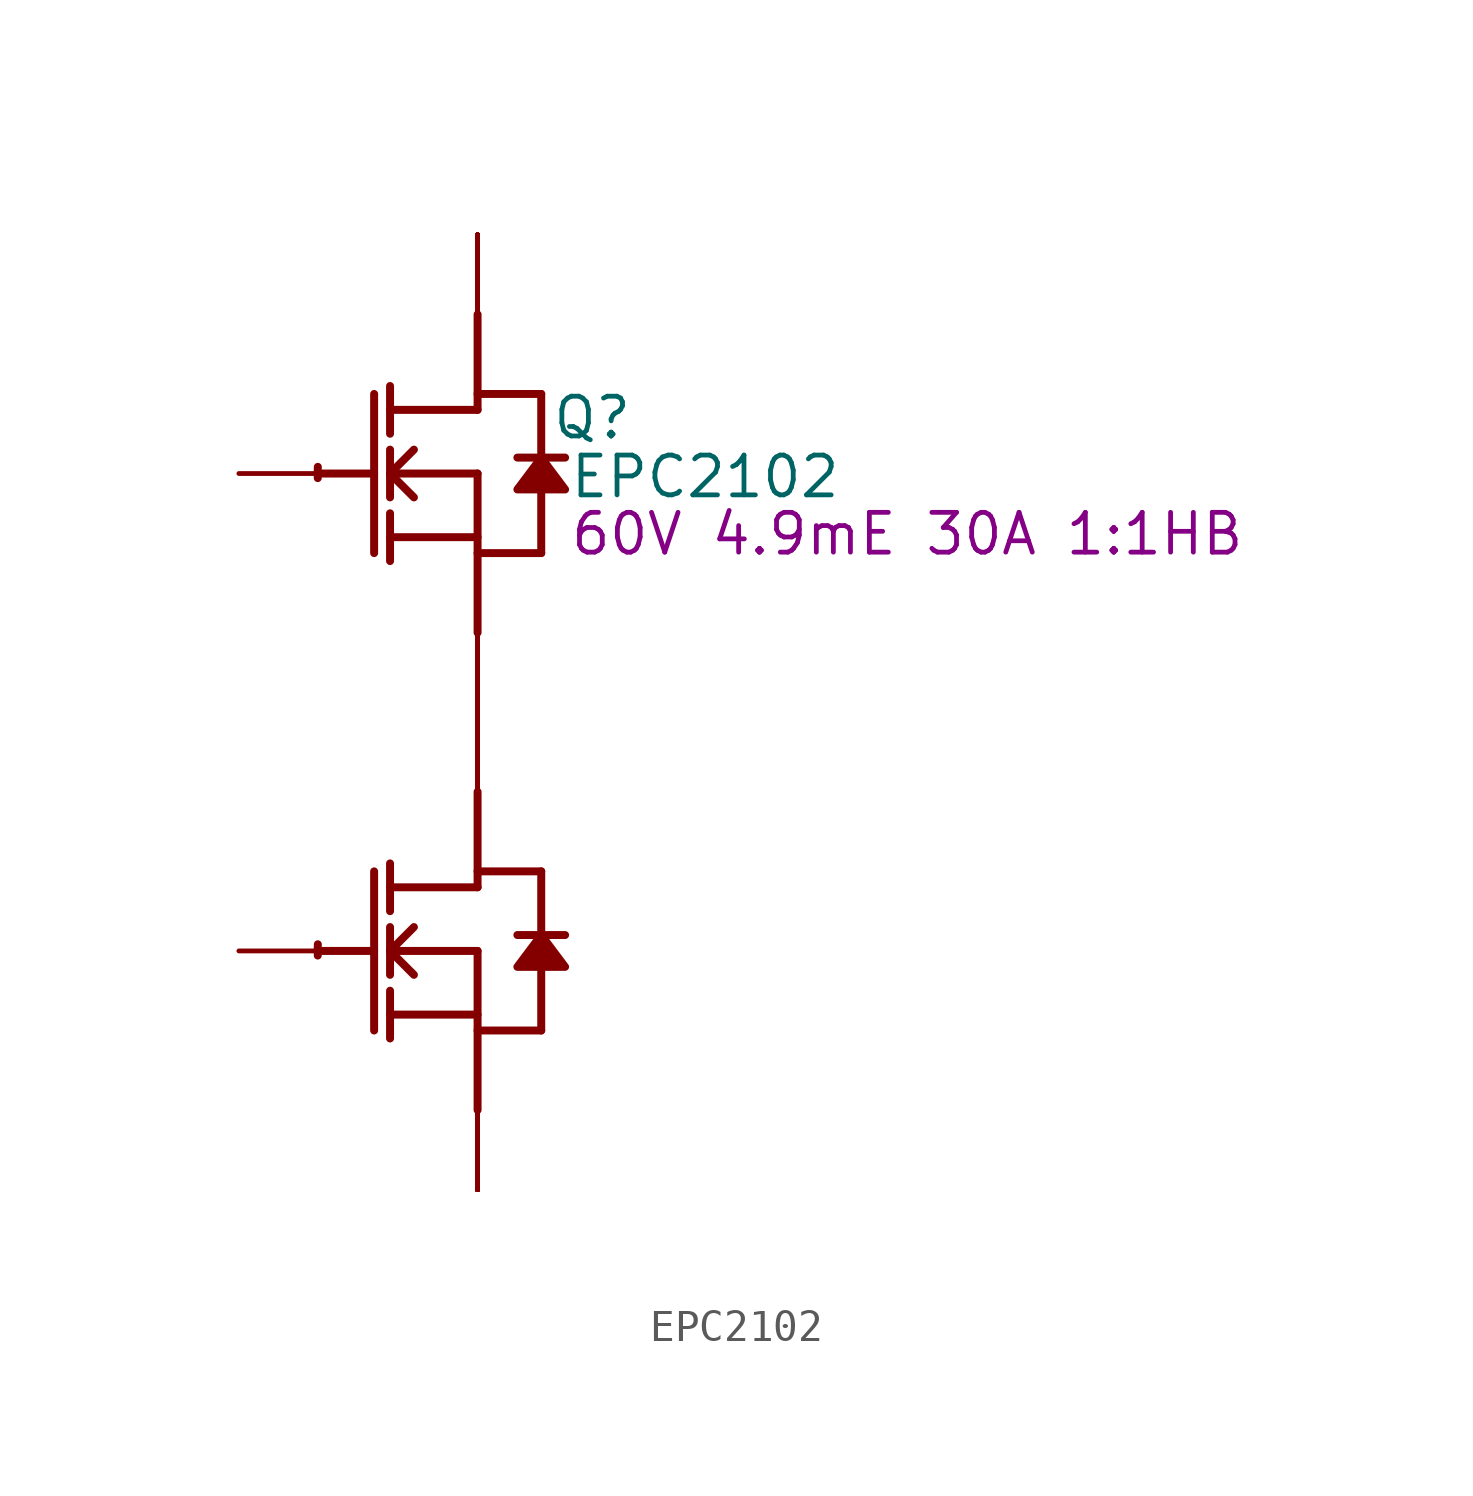
<source format=kicad_sym>
(kicad_symbol_lib
  (version 20220914)
  (generator kicad_symbol_editor)
  (symbol "EPC2102"
    (property "Reference" "Q"
      (at 3.658 1.778 0)
      (effects (font (size 1.27 1.27))))
    (property "Value" "EPC2102"
      (at 7.264 -0.102 0)
      (effects (font (size 1.27 1.27))))
    (property "Description" "60V 4.9mE 30A 1:1HB"
      (at 13.716 -1.93 0)
      (effects (font (size 1.27 1.27))))
    (symbol "EPC2102_1_0"
      (arc (start -5.0996 -15.0272) (mid -5.1039 -15.2069) (end -5.1019 -15.3867) (stroke (width 0.254) (type solid)) (fill (type none)))
      (arc (start -5.0996 0.2128) (mid -5.1039 0.0331) (end -5.1019 -0.1467) (stroke (width 0.254) (type solid)) (fill (type none)))
      (polyline (pts (xy -5.08 -15.24) (xy -3.302 -15.24)) (stroke (width 0.254) (type solid)) (fill (type none)))
      (polyline (pts (xy -5.08 0) (xy -3.302 0)) (stroke (width 0.254) (type solid)) (fill (type none)))
      (polyline (pts (xy -3.302 -12.7) (xy -3.302 -17.78)) (stroke (width 0.254) (type solid)) (fill (type none)))
      (polyline (pts (xy -3.302 2.54) (xy -3.302 -2.54)) (stroke (width 0.254) (type solid)) (fill (type none)))
      (polyline (pts (xy -2.794 -18.034) (xy -2.794 -16.51)) (stroke (width 0.254) (type solid)) (fill (type none)))
      (polyline (pts (xy -2.794 -17.272) (xy 0 -17.272)) (stroke (width 0.254) (type solid)) (fill (type none)))
      (polyline (pts (xy -2.794 -16.002) (xy -2.794 -14.478)) (stroke (width 0.254) (type solid)) (fill (type none)))
      (polyline (pts (xy -2.794 -15.24) (xy -2.032 -14.478)) (stroke (width 0.254) (type solid)) (fill (type none)))
      (polyline (pts (xy -2.794 -15.24) (xy 0 -15.24)) (stroke (width 0.254) (type solid)) (fill (type none)))
      (polyline (pts (xy -2.794 -13.97) (xy -2.794 -12.446)) (stroke (width 0.254) (type solid)) (fill (type none)))
      (polyline (pts (xy -2.794 -2.794) (xy -2.794 -1.27)) (stroke (width 0.254) (type solid)) (fill (type none)))
      (polyline (pts (xy -2.794 -2.032) (xy 0 -2.032)) (stroke (width 0.254) (type solid)) (fill (type none)))
      (polyline (pts (xy -2.794 -0.762) (xy -2.794 0.762)) (stroke (width 0.254) (type solid)) (fill (type none)))
      (polyline (pts (xy -2.794 0) (xy -2.032 0.762)) (stroke (width 0.254) (type solid)) (fill (type none)))
      (polyline (pts (xy -2.794 0) (xy 0 0)) (stroke (width 0.254) (type solid)) (fill (type none)))
      (polyline (pts (xy -2.794 1.27) (xy -2.794 2.794)) (stroke (width 0.254) (type solid)) (fill (type none)))
      (polyline (pts (xy -2.032 -16.002) (xy -2.794 -15.24)) (stroke (width 0.254) (type solid)) (fill (type none)))
      (polyline (pts (xy -2.032 -0.762) (xy -2.794 0)) (stroke (width 0.254) (type solid)) (fill (type none)))
      (polyline (pts (xy 0 -17.78) (xy 2.032 -17.78)) (stroke (width 0.254) (type solid)) (fill (type none)))
      (polyline (pts (xy 0 -15.24) (xy 0 -20.32)) (stroke (width 0.254) (type solid)) (fill (type none)))
      (polyline (pts (xy 0 -13.208) (xy -2.794 -13.208)) (stroke (width 0.254) (type solid)) (fill (type none)))
      (polyline (pts (xy 0 -13.208) (xy 0 -10.16)) (stroke (width 0.254) (type solid)) (fill (type none)))
      (polyline (pts (xy 0 -12.7) (xy 2.032 -12.7)) (stroke (width 0.254) (type solid)) (fill (type none)))
      (polyline (pts (xy 0 -2.54) (xy 2.032 -2.54)) (stroke (width 0.254) (type solid)) (fill (type none)))
      (polyline (pts (xy 0 0) (xy 0 -5.08)) (stroke (width 0.254) (type solid)) (fill (type none)))
      (polyline (pts (xy 0 2.032) (xy -2.794 2.032)) (stroke (width 0.254) (type solid)) (fill (type none)))
      (polyline (pts (xy 0 2.032) (xy 0 5.08)) (stroke (width 0.254) (type solid)) (fill (type none)))
      (polyline (pts (xy 0 2.54) (xy 2.032 2.54)) (stroke (width 0.254) (type solid)) (fill (type none)))
      (polyline (pts (xy 2.032 -15.748) (xy 2.032 -17.78)) (stroke (width 0.254) (type solid)) (fill (type none)))
      (polyline (pts (xy 2.032 -12.7) (xy 2.032 -14.732)) (stroke (width 0.254) (type solid)) (fill (type none)))
      (polyline (pts (xy 2.032 -0.508) (xy 2.032 -2.54)) (stroke (width 0.254) (type solid)) (fill (type none)))
      (polyline (pts (xy 2.032 2.54) (xy 2.032 0.508)) (stroke (width 0.254) (type solid)) (fill (type none)))
      (polyline (pts (xy 2.794 -14.732) (xy 1.27 -14.732)) (stroke (width 0.254) (type solid)) (fill (type none)))
      (polyline (pts (xy 2.794 0.508) (xy 1.27 0.508)) (stroke (width 0.254) (type solid)) (fill (type none)))
      (polyline (pts (xy 2.032 -14.732) (xy 1.27 -15.748) (xy 2.794 -15.748) (xy 2.032 -14.732)) (stroke (width 0.254) (type solid)) (fill (type outline)))
      (polyline (pts (xy 2.032 0.508) (xy 1.27 -0.508) (xy 2.794 -0.508) (xy 2.032 0.508)) (stroke (width 0.254) (type solid)) (fill (type outline)))
      (pin open_collector line (at 0 7.62 270) (length 2.54) (name "D1" (effects (font (size 0 0)))) (number "1" (effects (font (size 0 0)))))
      (pin open_collector line (at 0 -7.62 270) (length 2.54) (name "D2" (effects (font (size 0 0)))) (number "10" (effects (font (size 0 0)))))
      (pin open_collector line (at 0 7.62 270) (length 2.54) (name "D1" (effects (font (size 0 0)))) (number "11" (effects (font (size 0 0)))))
      (pin open_emitter line (at 0 7.62 270) (length 2.54) (name "D1" (effects (font (size 0 0)))) (number "12" (effects (font (size 0 0)))))
      (pin open_emitter line (at 0 7.62 270) (length 2.54) (name "D1" (effects (font (size 0 0)))) (number "13" (effects (font (size 0 0)))))
      (pin open_emitter line (at 0 -22.86 90) (length 2.54) (name "S2" (effects (font (size 0 0)))) (number "14" (effects (font (size 0 0)))))
      (pin open_emitter line (at 0 -22.86 90) (length 2.54) (name "S2" (effects (font (size 0 0)))) (number "15" (effects (font (size 0 0)))))
      (pin open_emitter line (at 0 -7.62 90) (length 2.54) (name "S1" (effects (font (size 0 0)))) (number "16" (effects (font (size 0 0)))))
      (pin open_collector line (at 0 -7.62 90) (length 2.54) (name "S1" (effects (font (size 0 0)))) (number "17" (effects (font (size 0 0)))))
      (pin open_collector line (at 0 -7.62 90) (length 2.54) (name "S1" (effects (font (size 0 0)))) (number "18" (effects (font (size 0 0)))))
      (pin open_collector line (at 0 -7.62 270) (length 2.54) (name "D2" (effects (font (size 0 0)))) (number "19" (effects (font (size 0 0)))))
      (pin passive line (at -7.62 0 0) (length 2.54) (name "G1" (effects (font (size 0 0)))) (number "2" (effects (font (size 0 0)))))
      (pin open_collector line (at 0 -7.62 270) (length 2.54) (name "D2" (effects (font (size 0 0)))) (number "20" (effects (font (size 0 0)))))
      (pin open_collector line (at 0 7.62 270) (length 2.54) (name "D1" (effects (font (size 0 0)))) (number "21" (effects (font (size 0 0)))))
      (pin open_emitter line (at 0 7.62 270) (length 2.54) (name "D1" (effects (font (size 0 0)))) (number "22" (effects (font (size 0 0)))))
      (pin open_emitter line (at 0 7.62 270) (length 2.54) (name "D1" (effects (font (size 0 0)))) (number "23" (effects (font (size 0 0)))))
      (pin open_emitter line (at 0 -22.86 90) (length 2.54) (name "S2" (effects (font (size 0 0)))) (number "24" (effects (font (size 0 0)))))
      (pin open_emitter line (at 0 -22.86 90) (length 2.54) (name "S2" (effects (font (size 0 0)))) (number "25" (effects (font (size 0 0)))))
      (pin open_emitter line (at 0 -7.62 90) (length 2.54) (name "S1" (effects (font (size 0 0)))) (number "26" (effects (font (size 0 0)))))
      (pin open_collector line (at 0 -7.62 90) (length 2.54) (name "S1" (effects (font (size 0 0)))) (number "27" (effects (font (size 0 0)))))
      (pin open_collector line (at 0 -7.62 90) (length 2.54) (name "S1" (effects (font (size 0 0)))) (number "28" (effects (font (size 0 0)))))
      (pin open_collector line (at 0 -7.62 270) (length 2.54) (name "D2" (effects (font (size 0 0)))) (number "29" (effects (font (size 0 0)))))
      (pin passive line (at 0 -7.62 90) (length 2.54) (name "SG1" (effects (font (size 0 0)))) (number "3" (effects (font (size 0 0)))))
      (pin open_collector line (at 0 -7.62 270) (length 2.54) (name "D2" (effects (font (size 0 0)))) (number "30" (effects (font (size 0 0)))))
      (pin open_collector line (at 0 7.62 270) (length 2.54) (name "D1" (effects (font (size 0 0)))) (number "31" (effects (font (size 0 0)))))
      (pin open_emitter line (at 0 7.62 270) (length 2.54) (name "D1" (effects (font (size 0 0)))) (number "32" (effects (font (size 0 0)))))
      (pin open_emitter line (at 0 7.62 270) (length 2.54) (name "D1" (effects (font (size 0 0)))) (number "33" (effects (font (size 0 0)))))
      (pin open_emitter line (at 0 -22.86 90) (length 2.54) (name "S2" (effects (font (size 0 0)))) (number "34" (effects (font (size 0 0)))))
      (pin open_emitter line (at 0 -22.86 90) (length 2.54) (name "S2" (effects (font (size 0 0)))) (number "35" (effects (font (size 0 0)))))
      (pin open_emitter line (at 0 -7.62 90) (length 2.54) (name "S1" (effects (font (size 0 0)))) (number "36" (effects (font (size 0 0)))))
      (pin open_collector line (at 0 -7.62 90) (length 2.54) (name "S1" (effects (font (size 0 0)))) (number "37" (effects (font (size 0 0)))))
      (pin open_collector line (at 0 -7.62 90) (length 2.54) (name "S1" (effects (font (size 0 0)))) (number "38" (effects (font (size 0 0)))))
      (pin open_collector line (at 0 -7.62 270) (length 2.54) (name "D2" (effects (font (size 0 0)))) (number "39" (effects (font (size 0 0)))))
      (pin passive line (at -7.62 -15.24 0) (length 2.54) (name "G2" (effects (font (size 0 0)))) (number "4" (effects (font (size 0 0)))))
      (pin open_collector line (at 0 -7.62 270) (length 2.54) (name "D2" (effects (font (size 0 0)))) (number "40" (effects (font (size 0 0)))))
      (pin open_collector line (at 0 7.62 270) (length 2.54) (name "D1" (effects (font (size 0 0)))) (number "41" (effects (font (size 0 0)))))
      (pin open_emitter line (at 0 7.62 270) (length 2.54) (name "D1" (effects (font (size 0 0)))) (number "42" (effects (font (size 0 0)))))
      (pin open_emitter line (at 0 -22.86 90) (length 2.54) (name "S2" (effects (font (size 0 0)))) (number "43" (effects (font (size 0 0)))))
      (pin open_emitter line (at 0 -22.86 90) (length 2.54) (name "S2" (effects (font (size 0 0)))) (number "44" (effects (font (size 0 0)))))
      (pin open_emitter line (at 0 -22.86 90) (length 2.54) (name "S2" (effects (font (size 0 0)))) (number "45" (effects (font (size 0 0)))))
      (pin open_emitter line (at 0 -7.62 90) (length 2.54) (name "S1" (effects (font (size 0 0)))) (number "46" (effects (font (size 0 0)))))
      (pin open_collector line (at 0 -7.62 90) (length 2.54) (name "S1" (effects (font (size 0 0)))) (number "47" (effects (font (size 0 0)))))
      (pin open_collector line (at 0 -7.62 90) (length 2.54) (name "S1" (effects (font (size 0 0)))) (number "48" (effects (font (size 0 0)))))
      (pin open_collector line (at 0 -7.62 270) (length 2.54) (name "D2" (effects (font (size 0 0)))) (number "49" (effects (font (size 0 0)))))
      (pin open_emitter line (at 0 -22.86 90) (length 2.54) (name "S2" (effects (font (size 0 0)))) (number "5" (effects (font (size 0 0)))))
      (pin open_collector line (at 0 -7.62 270) (length 2.54) (name "D2" (effects (font (size 0 0)))) (number "50" (effects (font (size 0 0)))))
      (pin open_collector line (at 0 7.62 270) (length 2.54) (name "D1" (effects (font (size 0 0)))) (number "51" (effects (font (size 0 0)))))
      (pin open_emitter line (at 0 7.62 270) (length 2.54) (name "D1" (effects (font (size 0 0)))) (number "52" (effects (font (size 0 0)))))
      (pin open_emitter line (at 0 -22.86 90) (length 2.54) (name "S2" (effects (font (size 0 0)))) (number "53" (effects (font (size 0 0)))))
      (pin open_emitter line (at 0 -22.86 90) (length 2.54) (name "S2" (effects (font (size 0 0)))) (number "54" (effects (font (size 0 0)))))
      (pin open_emitter line (at 0 -22.86 90) (length 2.54) (name "S2" (effects (font (size 0 0)))) (number "55" (effects (font (size 0 0)))))
      (pin open_emitter line (at 0 -7.62 90) (length 2.54) (name "S1" (effects (font (size 0 0)))) (number "56" (effects (font (size 0 0)))))
      (pin open_collector line (at 0 -7.62 90) (length 2.54) (name "S1" (effects (font (size 0 0)))) (number "57" (effects (font (size 0 0)))))
      (pin open_collector line (at 0 -7.62 90) (length 2.54) (name "S1" (effects (font (size 0 0)))) (number "58" (effects (font (size 0 0)))))
      (pin open_collector line (at 0 -7.62 270) (length 2.54) (name "D2" (effects (font (size 0 0)))) (number "59" (effects (font (size 0 0)))))
      (pin open_emitter line (at 0 -7.62 90) (length 2.54) (name "S1" (effects (font (size 0 0)))) (number "6" (effects (font (size 0 0)))))
      (pin open_collector line (at 0 -7.62 270) (length 2.54) (name "D2" (effects (font (size 0 0)))) (number "60" (effects (font (size 0 0)))))
      (pin open_collector line (at 0 7.62 270) (length 2.54) (name "D1" (effects (font (size 0 0)))) (number "61" (effects (font (size 0 0)))))
      (pin open_emitter line (at 0 7.62 270) (length 2.54) (name "D1" (effects (font (size 0 0)))) (number "62" (effects (font (size 0 0)))))
      (pin open_emitter line (at 0 -22.86 90) (length 2.54) (name "S2" (effects (font (size 0 0)))) (number "63" (effects (font (size 0 0)))))
      (pin open_emitter line (at 0 -22.86 90) (length 2.54) (name "S2" (effects (font (size 0 0)))) (number "64" (effects (font (size 0 0)))))
      (pin open_emitter line (at 0 -22.86 90) (length 2.54) (name "S2" (effects (font (size 0 0)))) (number "65" (effects (font (size 0 0)))))
      (pin open_emitter line (at 0 -7.62 90) (length 2.54) (name "S1" (effects (font (size 0 0)))) (number "66" (effects (font (size 0 0)))))
      (pin open_collector line (at 0 -7.62 90) (length 2.54) (name "S1" (effects (font (size 0 0)))) (number "67" (effects (font (size 0 0)))))
      (pin open_collector line (at 0 -7.62 90) (length 2.54) (name "S1" (effects (font (size 0 0)))) (number "68" (effects (font (size 0 0)))))
      (pin open_collector line (at 0 -7.62 270) (length 2.54) (name "D2" (effects (font (size 0 0)))) (number "69" (effects (font (size 0 0)))))
      (pin open_collector line (at 0 -7.62 90) (length 2.54) (name "S1" (effects (font (size 0 0)))) (number "7" (effects (font (size 0 0)))))
      (pin open_collector line (at 0 -7.62 270) (length 2.54) (name "D2" (effects (font (size 0 0)))) (number "70" (effects (font (size 0 0)))))
      (pin open_collector line (at 0 7.62 270) (length 2.54) (name "D1" (effects (font (size 0 0)))) (number "71" (effects (font (size 0 0)))))
      (pin open_emitter line (at 0 7.62 270) (length 2.54) (name "D1" (effects (font (size 0 0)))) (number "72" (effects (font (size 0 0)))))
      (pin open_emitter line (at 0 -22.86 90) (length 2.54) (name "S2" (effects (font (size 0 0)))) (number "73" (effects (font (size 0 0)))))
      (pin open_emitter line (at 0 -22.86 90) (length 2.54) (name "S2" (effects (font (size 0 0)))) (number "74" (effects (font (size 0 0)))))
      (pin open_emitter line (at 0 -22.86 90) (length 2.54) (name "S2" (effects (font (size 0 0)))) (number "75" (effects (font (size 0 0)))))
      (pin open_collector line (at 0 -7.62 90) (length 2.54) (name "S1" (effects (font (size 0 0)))) (number "8" (effects (font (size 0 0)))))
      (pin open_collector line (at 0 -7.62 270) (length 2.54) (name "D2" (effects (font (size 0 0)))) (number "9" (effects (font (size 0 0))))))))
</source>
